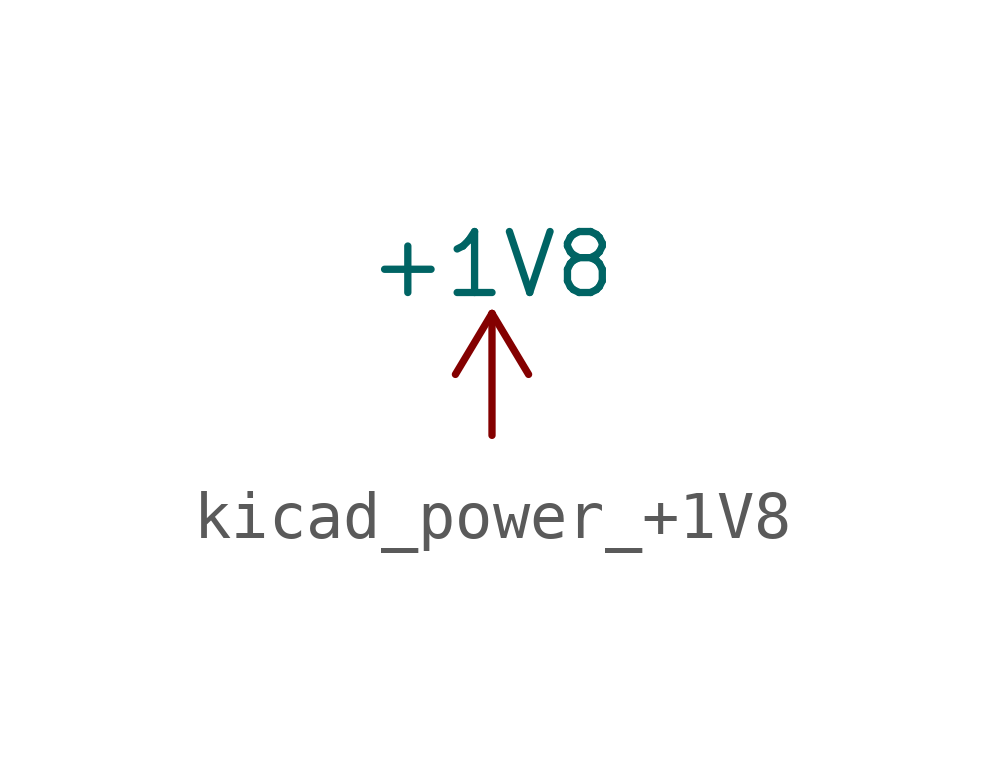
<source format=kicad_sym>
(kicad_symbol_lib
  (version 20220914)
  (generator kicad_symbol_editor)
  (symbol "kicad_power_+1V8"
    (power)
    (pin_names
      (offset 0))
    (property "Reference" "#PWR"
      (at 0 -3.81 0)
      (effects (font (size 1.27 1.27)) hide))
    (property "Value" "+1V8"
      (at 0 3.556 0)
      (effects (font (size 1.27 1.27))))
    (symbol "kicad_power_+1V8_0_1"
      (polyline (pts (xy -0.762 1.27) (xy 0 2.54)) (stroke (width 0) (type default)) (fill (type none)))
      (polyline (pts (xy 0 0) (xy 0 2.54)) (stroke (width 0) (type default)) (fill (type none)))
      (polyline (pts (xy 0 2.54) (xy 0.762 1.27)) (stroke (width 0) (type default)) (fill (type none))))
    (symbol "kicad_power_+1V8_1_1"
      (pin power_in line (at 0 0 90) (length 0) hide (name "+1V8" (effects (font (size 1.27 1.27)))) (number "1" (effects (font (size 1.27 1.27))))))))
</source>
